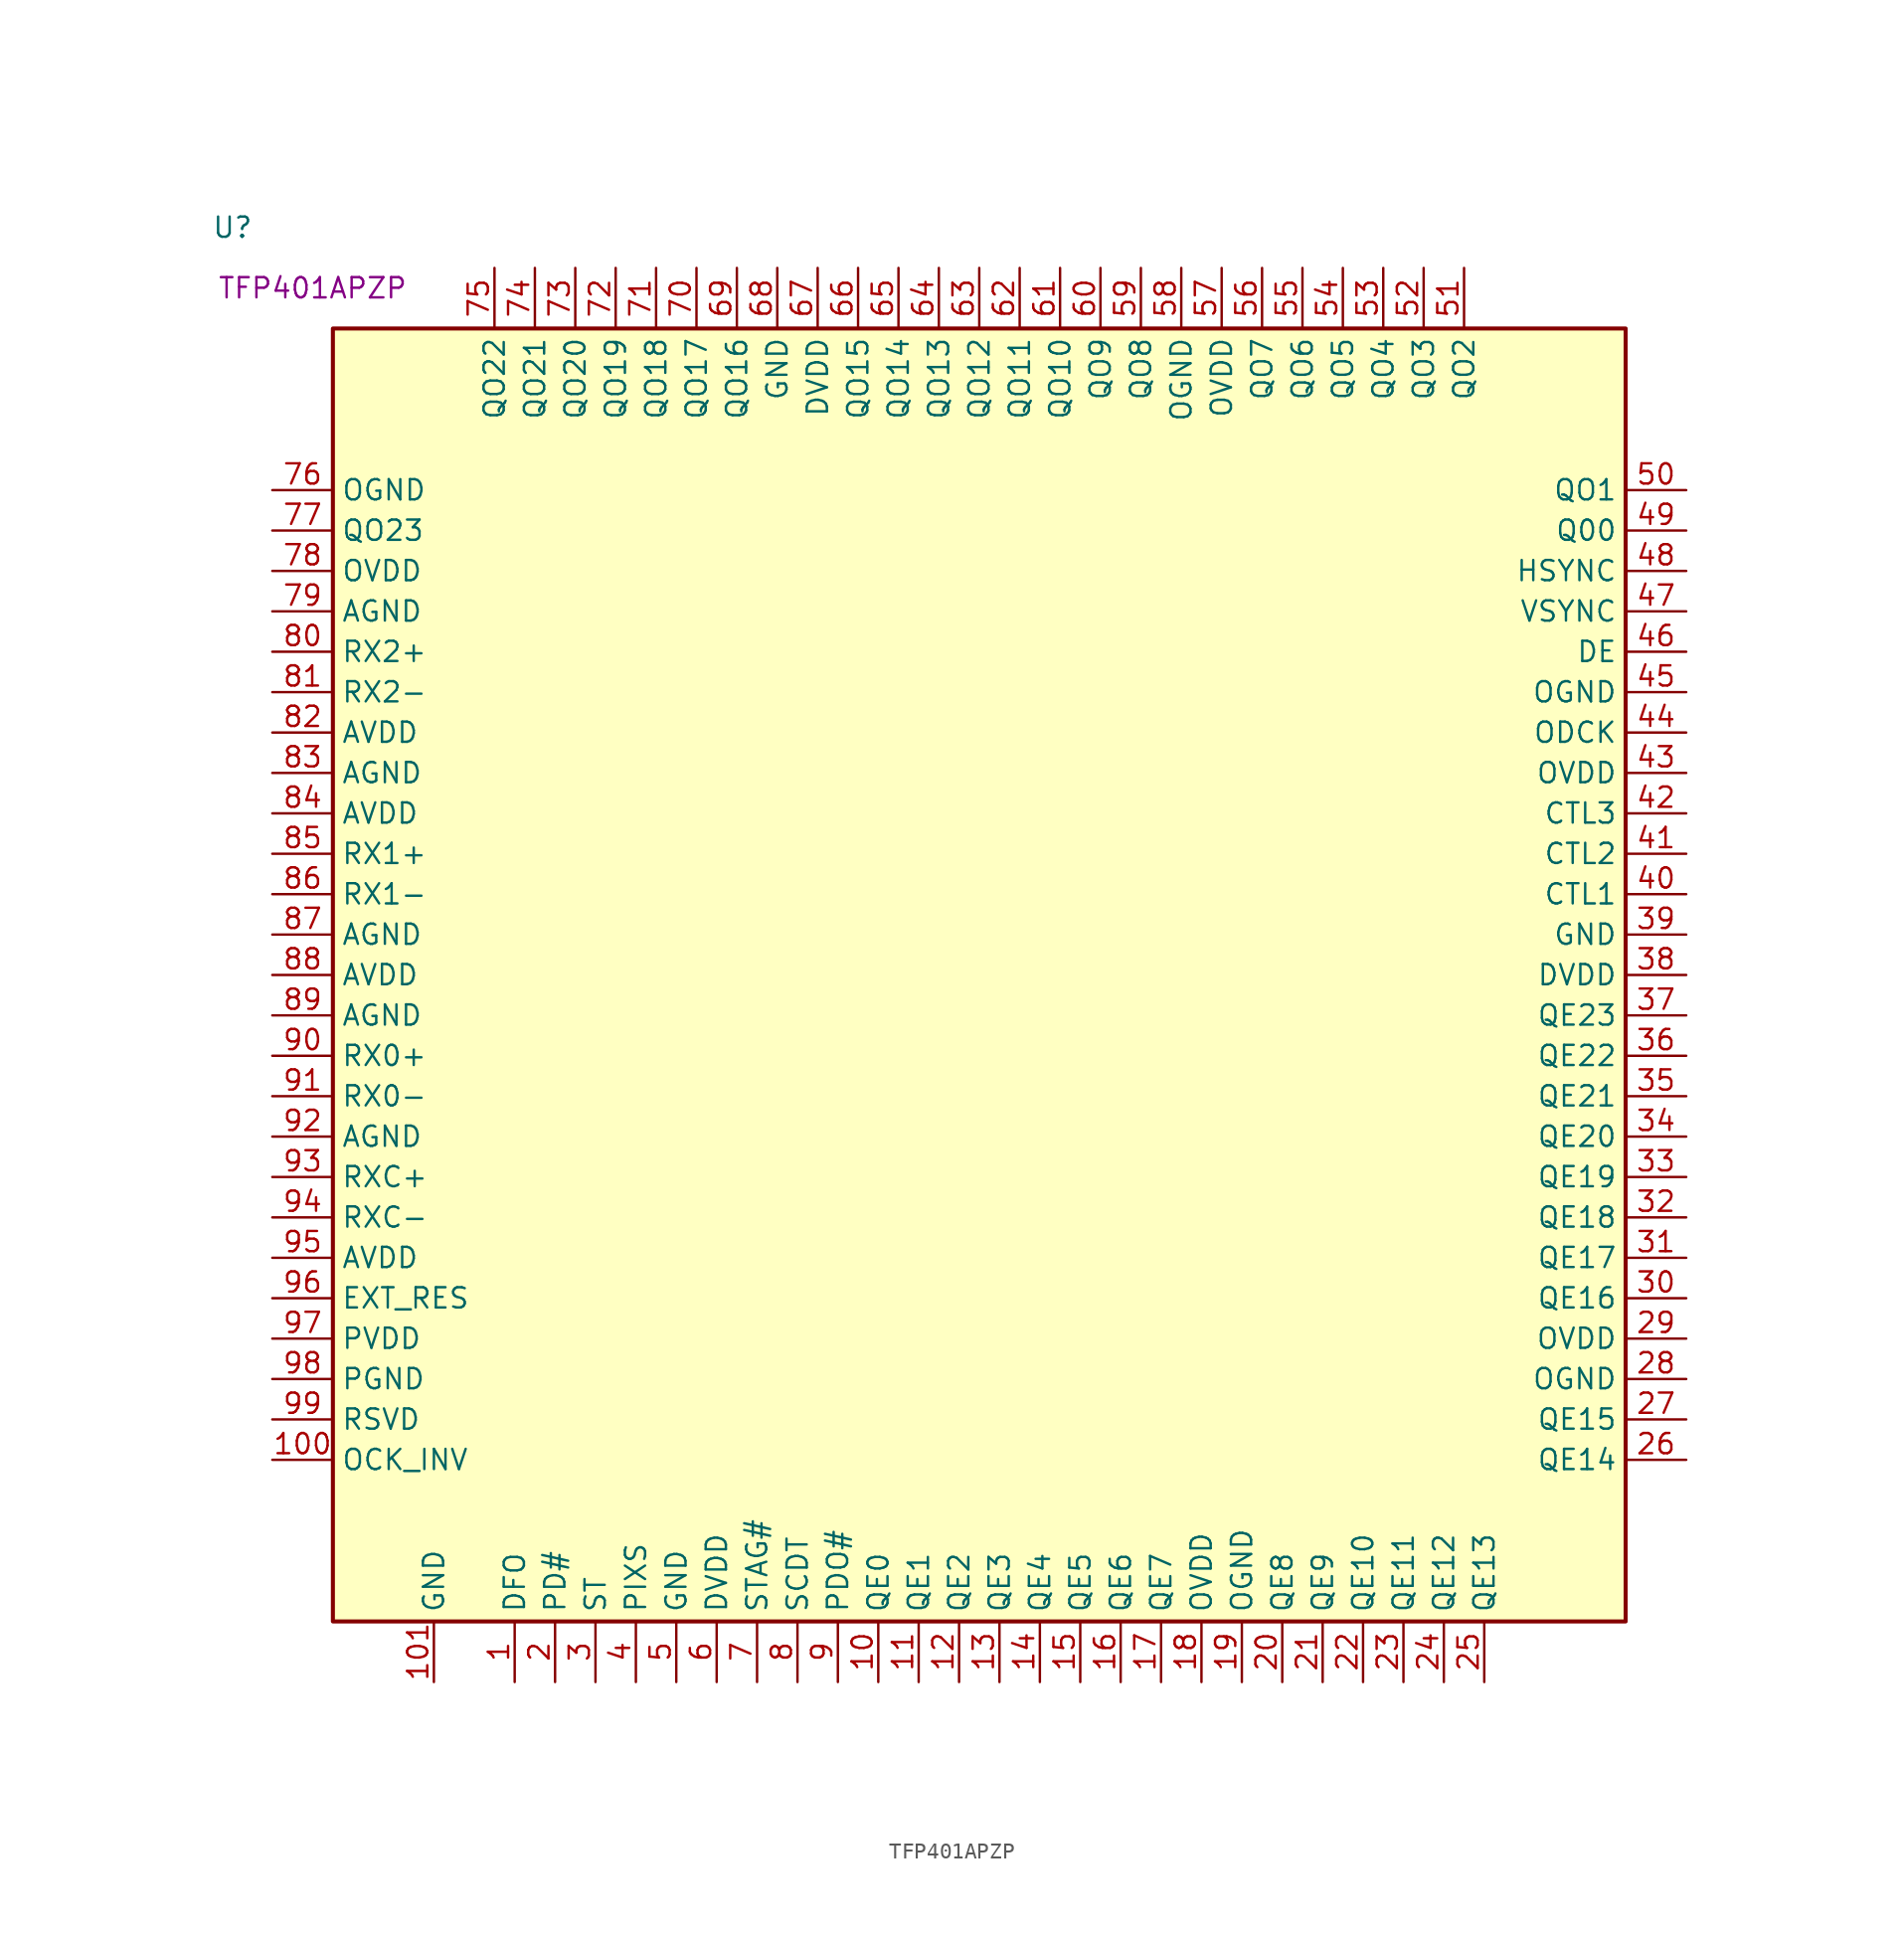
<source format=kicad_sym>
(kicad_symbol_lib
  (version 20211014)
  (generator kicad_symbol_editor)
  (symbol "TFP401APZP"
    (property "Reference" "U"
      (at -48.26 48.26 0)
      (effects (font (size 1.27 1.27)) (justify left)))
    (property "Comment" "TFP401APZP"
      (at -41.91 44.45 0)
      (effects (font (size 1.27 1.27))))
    (symbol "TFP401APZP_0_1"
      (rectangle (start -40.64 41.91) (end 40.64 -39.37) (stroke (width 0.254) (type default) (color 0 0 0 0)) (fill (type background))))
    (symbol "TFP401APZP_1_1"
      (pin input line (at -29.21 -43.18 90) (length 3.81) (name "DFO" (effects (font (size 1.27 1.27)))) (number "1" (effects (font (size 1.27 1.27)))))
      (pin output line (at -6.35 -43.18 90) (length 3.81) (name "QE0" (effects (font (size 1.27 1.27)))) (number "10" (effects (font (size 1.27 1.27)))))
      (pin input line (at -44.45 -29.21 0) (length 3.81) (name "OCK_INV" (effects (font (size 1.27 1.27)))) (number "100" (effects (font (size 1.27 1.27)))))
      (pin passive line (at -34.29 -43.18 90) (length 3.81) (name "GND" (effects (font (size 1.27 1.27)))) (number "101" (effects (font (size 1.27 1.27)))))
      (pin output line (at -3.81 -43.18 90) (length 3.81) (name "QE1" (effects (font (size 1.27 1.27)))) (number "11" (effects (font (size 1.27 1.27)))))
      (pin output line (at -1.27 -43.18 90) (length 3.81) (name "QE2" (effects (font (size 1.27 1.27)))) (number "12" (effects (font (size 1.27 1.27)))))
      (pin output line (at 1.27 -43.18 90) (length 3.81) (name "QE3" (effects (font (size 1.27 1.27)))) (number "13" (effects (font (size 1.27 1.27)))))
      (pin output line (at 3.81 -43.18 90) (length 3.81) (name "QE4" (effects (font (size 1.27 1.27)))) (number "14" (effects (font (size 1.27 1.27)))))
      (pin output line (at 6.35 -43.18 90) (length 3.81) (name "QE5" (effects (font (size 1.27 1.27)))) (number "15" (effects (font (size 1.27 1.27)))))
      (pin output line (at 8.89 -43.18 90) (length 3.81) (name "QE6" (effects (font (size 1.27 1.27)))) (number "16" (effects (font (size 1.27 1.27)))))
      (pin output line (at 11.43 -43.18 90) (length 3.81) (name "QE7" (effects (font (size 1.27 1.27)))) (number "17" (effects (font (size 1.27 1.27)))))
      (pin power_in line (at 13.97 -43.18 90) (length 3.81) (name "OVDD" (effects (font (size 1.27 1.27)))) (number "18" (effects (font (size 1.27 1.27)))))
      (pin power_in line (at 16.51 -43.18 90) (length 3.81) (name "OGND" (effects (font (size 1.27 1.27)))) (number "19" (effects (font (size 1.27 1.27)))))
      (pin input line (at -26.67 -43.18 90) (length 3.81) (name "PD#" (effects (font (size 1.27 1.27)))) (number "2" (effects (font (size 1.27 1.27)))))
      (pin output line (at 19.05 -43.18 90) (length 3.81) (name "QE8" (effects (font (size 1.27 1.27)))) (number "20" (effects (font (size 1.27 1.27)))))
      (pin output line (at 21.59 -43.18 90) (length 3.81) (name "QE9" (effects (font (size 1.27 1.27)))) (number "21" (effects (font (size 1.27 1.27)))))
      (pin output line (at 24.13 -43.18 90) (length 3.81) (name "QE10" (effects (font (size 1.27 1.27)))) (number "22" (effects (font (size 1.27 1.27)))))
      (pin output line (at 26.67 -43.18 90) (length 3.81) (name "QE11" (effects (font (size 1.27 1.27)))) (number "23" (effects (font (size 1.27 1.27)))))
      (pin output line (at 29.21 -43.18 90) (length 3.81) (name "QE12" (effects (font (size 1.27 1.27)))) (number "24" (effects (font (size 1.27 1.27)))))
      (pin output line (at 31.75 -43.18 90) (length 3.81) (name "QE13" (effects (font (size 1.27 1.27)))) (number "25" (effects (font (size 1.27 1.27)))))
      (pin input line (at 44.45 -29.21 180) (length 3.81) (name "QE14" (effects (font (size 1.27 1.27)))) (number "26" (effects (font (size 1.27 1.27)))))
      (pin input line (at 44.45 -26.67 180) (length 3.81) (name "QE15" (effects (font (size 1.27 1.27)))) (number "27" (effects (font (size 1.27 1.27)))))
      (pin power_in line (at 44.45 -24.13 180) (length 3.81) (name "OGND" (effects (font (size 1.27 1.27)))) (number "28" (effects (font (size 1.27 1.27)))))
      (pin power_in line (at 44.45 -21.59 180) (length 3.81) (name "OVDD" (effects (font (size 1.27 1.27)))) (number "29" (effects (font (size 1.27 1.27)))))
      (pin input line (at -24.13 -43.18 90) (length 3.81) (name "ST" (effects (font (size 1.27 1.27)))) (number "3" (effects (font (size 1.27 1.27)))))
      (pin output line (at 44.45 -19.05 180) (length 3.81) (name "QE16" (effects (font (size 1.27 1.27)))) (number "30" (effects (font (size 1.27 1.27)))))
      (pin output line (at 44.45 -16.51 180) (length 3.81) (name "QE17" (effects (font (size 1.27 1.27)))) (number "31" (effects (font (size 1.27 1.27)))))
      (pin output line (at 44.45 -13.97 180) (length 3.81) (name "QE18" (effects (font (size 1.27 1.27)))) (number "32" (effects (font (size 1.27 1.27)))))
      (pin output line (at 44.45 -11.43 180) (length 3.81) (name "QE19" (effects (font (size 1.27 1.27)))) (number "33" (effects (font (size 1.27 1.27)))))
      (pin output line (at 44.45 -8.89 180) (length 3.81) (name "QE20" (effects (font (size 1.27 1.27)))) (number "34" (effects (font (size 1.27 1.27)))))
      (pin input line (at 44.45 -6.35 180) (length 3.81) (name "QE21" (effects (font (size 1.27 1.27)))) (number "35" (effects (font (size 1.27 1.27)))))
      (pin output line (at 44.45 -3.81 180) (length 3.81) (name "QE22" (effects (font (size 1.27 1.27)))) (number "36" (effects (font (size 1.27 1.27)))))
      (pin output line (at 44.45 -1.27 180) (length 3.81) (name "QE23" (effects (font (size 1.27 1.27)))) (number "37" (effects (font (size 1.27 1.27)))))
      (pin power_in line (at 44.45 1.27 180) (length 3.81) (name "DVDD" (effects (font (size 1.27 1.27)))) (number "38" (effects (font (size 1.27 1.27)))))
      (pin power_in line (at 44.45 3.81 180) (length 3.81) (name "GND" (effects (font (size 1.27 1.27)))) (number "39" (effects (font (size 1.27 1.27)))))
      (pin input line (at -21.59 -43.18 90) (length 3.81) (name "PIXS" (effects (font (size 1.27 1.27)))) (number "4" (effects (font (size 1.27 1.27)))))
      (pin input line (at 44.45 6.35 180) (length 3.81) (name "CTL1" (effects (font (size 1.27 1.27)))) (number "40" (effects (font (size 1.27 1.27)))))
      (pin input line (at 44.45 8.89 180) (length 3.81) (name "CTL2" (effects (font (size 1.27 1.27)))) (number "41" (effects (font (size 1.27 1.27)))))
      (pin input line (at 44.45 11.43 180) (length 3.81) (name "CTL3" (effects (font (size 1.27 1.27)))) (number "42" (effects (font (size 1.27 1.27)))))
      (pin power_in line (at 44.45 13.97 180) (length 3.81) (name "OVDD" (effects (font (size 1.27 1.27)))) (number "43" (effects (font (size 1.27 1.27)))))
      (pin output line (at 44.45 16.51 180) (length 3.81) (name "ODCK" (effects (font (size 1.27 1.27)))) (number "44" (effects (font (size 1.27 1.27)))))
      (pin power_in line (at 44.45 19.05 180) (length 3.81) (name "OGND" (effects (font (size 1.27 1.27)))) (number "45" (effects (font (size 1.27 1.27)))))
      (pin output line (at 44.45 21.59 180) (length 3.81) (name "DE" (effects (font (size 1.27 1.27)))) (number "46" (effects (font (size 1.27 1.27)))))
      (pin output line (at 44.45 24.13 180) (length 3.81) (name "VSYNC" (effects (font (size 1.27 1.27)))) (number "47" (effects (font (size 1.27 1.27)))))
      (pin output line (at 44.45 26.67 180) (length 3.81) (name "HSYNC" (effects (font (size 1.27 1.27)))) (number "48" (effects (font (size 1.27 1.27)))))
      (pin output line (at 44.45 29.21 180) (length 3.81) (name "Q00" (effects (font (size 1.27 1.27)))) (number "49" (effects (font (size 1.27 1.27)))))
      (pin power_in line (at -19.05 -43.18 90) (length 3.81) (name "GND" (effects (font (size 1.27 1.27)))) (number "5" (effects (font (size 1.27 1.27)))))
      (pin output line (at 44.45 31.75 180) (length 3.81) (name "QO1" (effects (font (size 1.27 1.27)))) (number "50" (effects (font (size 1.27 1.27)))))
      (pin output line (at 30.48 45.72 270) (length 3.81) (name "QO2" (effects (font (size 1.27 1.27)))) (number "51" (effects (font (size 1.27 1.27)))))
      (pin output line (at 27.94 45.72 270) (length 3.81) (name "QO3" (effects (font (size 1.27 1.27)))) (number "52" (effects (font (size 1.27 1.27)))))
      (pin output line (at 25.4 45.72 270) (length 3.81) (name "QO4" (effects (font (size 1.27 1.27)))) (number "53" (effects (font (size 1.27 1.27)))))
      (pin output line (at 22.86 45.72 270) (length 3.81) (name "QO5" (effects (font (size 1.27 1.27)))) (number "54" (effects (font (size 1.27 1.27)))))
      (pin output line (at 20.32 45.72 270) (length 3.81) (name "QO6" (effects (font (size 1.27 1.27)))) (number "55" (effects (font (size 1.27 1.27)))))
      (pin output line (at 17.78 45.72 270) (length 3.81) (name "QO7" (effects (font (size 1.27 1.27)))) (number "56" (effects (font (size 1.27 1.27)))))
      (pin power_in line (at 15.24 45.72 270) (length 3.81) (name "OVDD" (effects (font (size 1.27 1.27)))) (number "57" (effects (font (size 1.27 1.27)))))
      (pin power_in line (at 12.7 45.72 270) (length 3.81) (name "OGND" (effects (font (size 1.27 1.27)))) (number "58" (effects (font (size 1.27 1.27)))))
      (pin output line (at 10.16 45.72 270) (length 3.81) (name "QO8" (effects (font (size 1.27 1.27)))) (number "59" (effects (font (size 1.27 1.27)))))
      (pin power_in line (at -16.51 -43.18 90) (length 3.81) (name "DVDD" (effects (font (size 1.27 1.27)))) (number "6" (effects (font (size 1.27 1.27)))))
      (pin output line (at 7.62 45.72 270) (length 3.81) (name "QO9" (effects (font (size 1.27 1.27)))) (number "60" (effects (font (size 1.27 1.27)))))
      (pin output line (at 5.08 45.72 270) (length 3.81) (name "QO10" (effects (font (size 1.27 1.27)))) (number "61" (effects (font (size 1.27 1.27)))))
      (pin output line (at 2.54 45.72 270) (length 3.81) (name "QO11" (effects (font (size 1.27 1.27)))) (number "62" (effects (font (size 1.27 1.27)))))
      (pin output line (at 0 45.72 270) (length 3.81) (name "QO12" (effects (font (size 1.27 1.27)))) (number "63" (effects (font (size 1.27 1.27)))))
      (pin output line (at -2.54 45.72 270) (length 3.81) (name "QO13" (effects (font (size 1.27 1.27)))) (number "64" (effects (font (size 1.27 1.27)))))
      (pin output line (at -5.08 45.72 270) (length 3.81) (name "QO14" (effects (font (size 1.27 1.27)))) (number "65" (effects (font (size 1.27 1.27)))))
      (pin output line (at -7.62 45.72 270) (length 3.81) (name "QO15" (effects (font (size 1.27 1.27)))) (number "66" (effects (font (size 1.27 1.27)))))
      (pin power_in line (at -10.16 45.72 270) (length 3.81) (name "DVDD" (effects (font (size 1.27 1.27)))) (number "67" (effects (font (size 1.27 1.27)))))
      (pin power_in line (at -12.7 45.72 270) (length 3.81) (name "GND" (effects (font (size 1.27 1.27)))) (number "68" (effects (font (size 1.27 1.27)))))
      (pin output line (at -15.24 45.72 270) (length 3.81) (name "QO16" (effects (font (size 1.27 1.27)))) (number "69" (effects (font (size 1.27 1.27)))))
      (pin input line (at -13.97 -43.18 90) (length 3.81) (name "STAG#" (effects (font (size 1.27 1.27)))) (number "7" (effects (font (size 1.27 1.27)))))
      (pin output line (at -17.78 45.72 270) (length 3.81) (name "QO17" (effects (font (size 1.27 1.27)))) (number "70" (effects (font (size 1.27 1.27)))))
      (pin output line (at -20.32 45.72 270) (length 3.81) (name "QO18" (effects (font (size 1.27 1.27)))) (number "71" (effects (font (size 1.27 1.27)))))
      (pin output line (at -22.86 45.72 270) (length 3.81) (name "QO19" (effects (font (size 1.27 1.27)))) (number "72" (effects (font (size 1.27 1.27)))))
      (pin output line (at -25.4 45.72 270) (length 3.81) (name "QO20" (effects (font (size 1.27 1.27)))) (number "73" (effects (font (size 1.27 1.27)))))
      (pin output line (at -27.94 45.72 270) (length 3.81) (name "QO21" (effects (font (size 1.27 1.27)))) (number "74" (effects (font (size 1.27 1.27)))))
      (pin output line (at -30.48 45.72 270) (length 3.81) (name "QO22" (effects (font (size 1.27 1.27)))) (number "75" (effects (font (size 1.27 1.27)))))
      (pin power_in line (at -44.45 31.75 0) (length 3.81) (name "OGND" (effects (font (size 1.27 1.27)))) (number "76" (effects (font (size 1.27 1.27)))))
      (pin output line (at -44.45 29.21 0) (length 3.81) (name "QO23" (effects (font (size 1.27 1.27)))) (number "77" (effects (font (size 1.27 1.27)))))
      (pin power_in line (at -44.45 26.67 0) (length 3.81) (name "OVDD" (effects (font (size 1.27 1.27)))) (number "78" (effects (font (size 1.27 1.27)))))
      (pin power_in line (at -44.45 24.13 0) (length 3.81) (name "AGND" (effects (font (size 1.27 1.27)))) (number "79" (effects (font (size 1.27 1.27)))))
      (pin output line (at -11.43 -43.18 90) (length 3.81) (name "SCDT" (effects (font (size 1.27 1.27)))) (number "8" (effects (font (size 1.27 1.27)))))
      (pin input line (at -44.45 21.59 0) (length 3.81) (name "RX2+" (effects (font (size 1.27 1.27)))) (number "80" (effects (font (size 1.27 1.27)))))
      (pin input line (at -44.45 19.05 0) (length 3.81) (name "RX2-" (effects (font (size 1.27 1.27)))) (number "81" (effects (font (size 1.27 1.27)))))
      (pin power_in line (at -44.45 16.51 0) (length 3.81) (name "AVDD" (effects (font (size 1.27 1.27)))) (number "82" (effects (font (size 1.27 1.27)))))
      (pin power_in line (at -44.45 13.97 0) (length 3.81) (name "AGND" (effects (font (size 1.27 1.27)))) (number "83" (effects (font (size 1.27 1.27)))))
      (pin power_in line (at -44.45 11.43 0) (length 3.81) (name "AVDD" (effects (font (size 1.27 1.27)))) (number "84" (effects (font (size 1.27 1.27)))))
      (pin input line (at -44.45 8.89 0) (length 3.81) (name "RX1+" (effects (font (size 1.27 1.27)))) (number "85" (effects (font (size 1.27 1.27)))))
      (pin input line (at -44.45 6.35 0) (length 3.81) (name "RX1-" (effects (font (size 1.27 1.27)))) (number "86" (effects (font (size 1.27 1.27)))))
      (pin power_in line (at -44.45 3.81 0) (length 3.81) (name "AGND" (effects (font (size 1.27 1.27)))) (number "87" (effects (font (size 1.27 1.27)))))
      (pin power_in line (at -44.45 1.27 0) (length 3.81) (name "AVDD" (effects (font (size 1.27 1.27)))) (number "88" (effects (font (size 1.27 1.27)))))
      (pin power_in line (at -44.45 -1.27 0) (length 3.81) (name "AGND" (effects (font (size 1.27 1.27)))) (number "89" (effects (font (size 1.27 1.27)))))
      (pin input line (at -8.89 -43.18 90) (length 3.81) (name "PDO#" (effects (font (size 1.27 1.27)))) (number "9" (effects (font (size 1.27 1.27)))))
      (pin input line (at -44.45 -3.81 0) (length 3.81) (name "RX0+" (effects (font (size 1.27 1.27)))) (number "90" (effects (font (size 1.27 1.27)))))
      (pin input line (at -44.45 -6.35 0) (length 3.81) (name "RX0-" (effects (font (size 1.27 1.27)))) (number "91" (effects (font (size 1.27 1.27)))))
      (pin power_in line (at -44.45 -8.89 0) (length 3.81) (name "AGND" (effects (font (size 1.27 1.27)))) (number "92" (effects (font (size 1.27 1.27)))))
      (pin input line (at -44.45 -11.43 0) (length 3.81) (name "RXC+" (effects (font (size 1.27 1.27)))) (number "93" (effects (font (size 1.27 1.27)))))
      (pin input line (at -44.45 -13.97 0) (length 3.81) (name "RXC-" (effects (font (size 1.27 1.27)))) (number "94" (effects (font (size 1.27 1.27)))))
      (pin power_in line (at -44.45 -16.51 0) (length 3.81) (name "AVDD" (effects (font (size 1.27 1.27)))) (number "95" (effects (font (size 1.27 1.27)))))
      (pin input line (at -44.45 -19.05 0) (length 3.81) (name "EXT_RES" (effects (font (size 1.27 1.27)))) (number "96" (effects (font (size 1.27 1.27)))))
      (pin power_in line (at -44.45 -21.59 0) (length 3.81) (name "PVDD" (effects (font (size 1.27 1.27)))) (number "97" (effects (font (size 1.27 1.27)))))
      (pin power_in line (at -44.45 -24.13 0) (length 3.81) (name "PGND" (effects (font (size 1.27 1.27)))) (number "98" (effects (font (size 1.27 1.27)))))
      (pin passive line (at -44.45 -26.67 0) (length 3.81) (name "RSVD" (effects (font (size 1.27 1.27)))) (number "99" (effects (font (size 1.27 1.27))))))))
</source>
